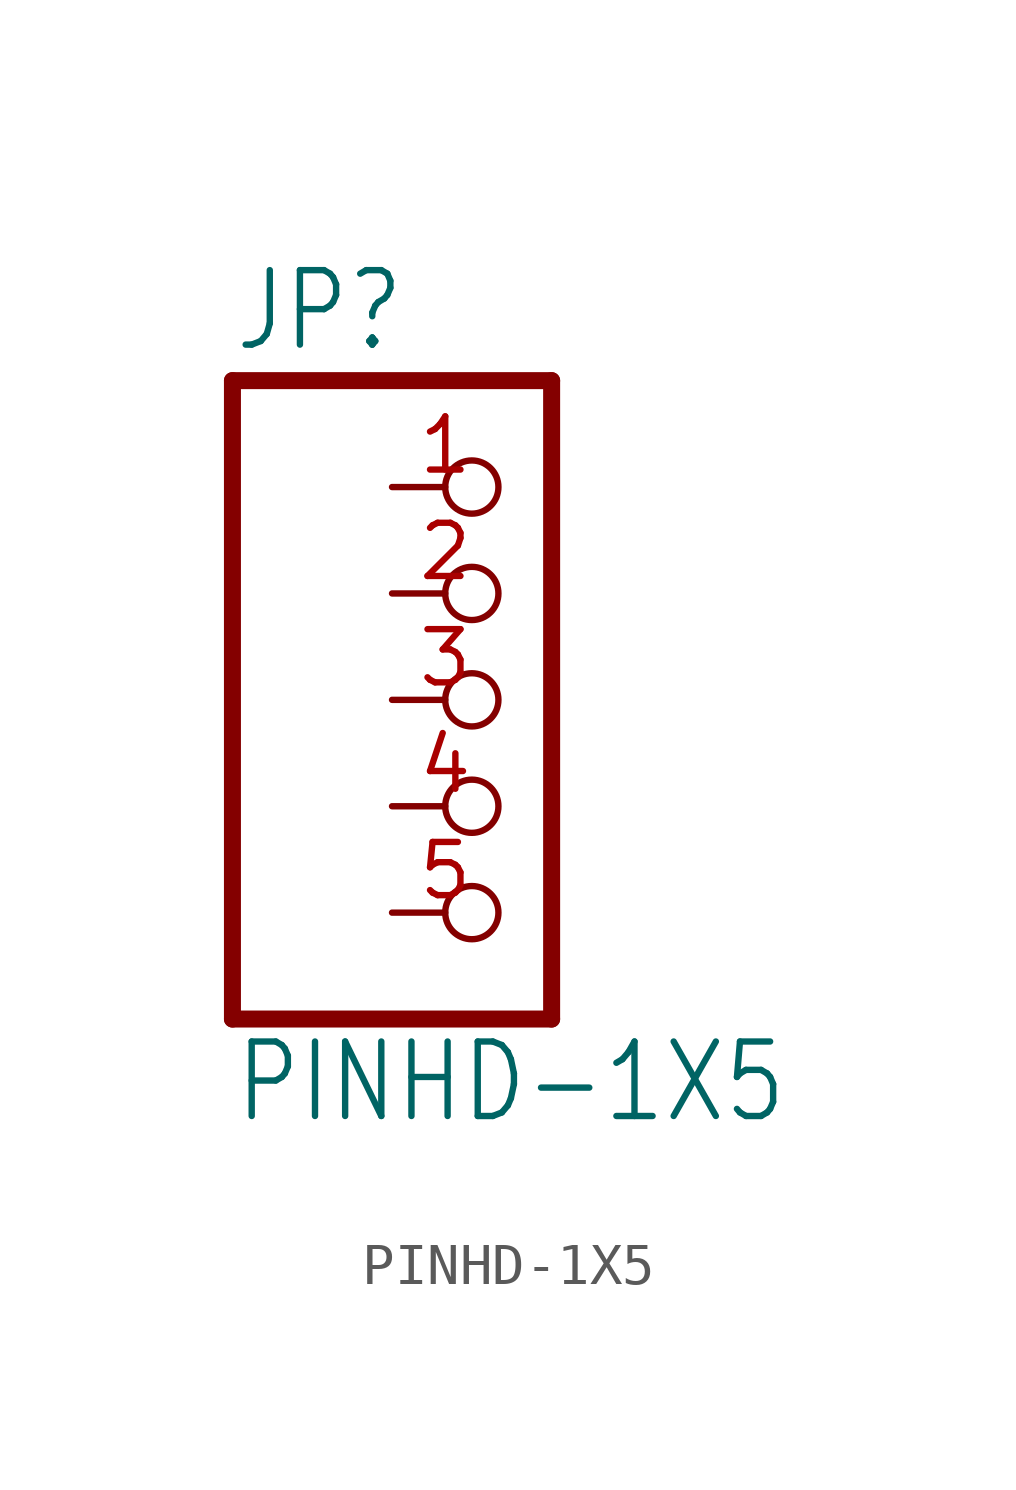
<source format=kicad_sym>
(kicad_symbol_lib
  (version 20200908)
  (generator kicad_symbol_editor)
  (symbol "Game_Controllers:PINHD-1X5"
    (property "Reference" "JP"
      (at -6.35 8.255 0)
      (effects (font (size 1.778 1.511)) (justify left bottom)))
    (property "Value" "PINHD-1X5"
      (at -6.35 -10.16 0)
      (effects (font (size 1.778 1.511)) (justify left bottom)))
    (property "ki_locked" ""
      (at 0 0 0)
      (effects (font (size 1.27 1.27))))
    (symbol "PINHD-1X5_1_0"
      (polyline (pts (xy -6.35 -7.62) (xy 1.27 -7.62)) (stroke (width 0.406)) (fill (type none)))
      (polyline (pts (xy 1.27 -7.62) (xy 1.27 7.62)) (stroke (width 0.406)) (fill (type none)))
      (polyline (pts (xy 1.27 7.62) (xy -6.35 7.62)) (stroke (width 0.406)) (fill (type none)))
      (polyline (pts (xy -6.35 7.62) (xy -6.35 -7.62)) (stroke (width 0.406)) (fill (type none)))
      (pin passive inverted (at -2.54 5.08 0) (length 2.54) (name "1" (effects (font (size 0 0)))) (number "1" (effects (font (size 1.27 1.27)))))
      (pin passive inverted (at -2.54 2.54 0) (length 2.54) (name "2" (effects (font (size 0 0)))) (number "2" (effects (font (size 1.27 1.27)))))
      (pin passive inverted (at -2.54 0 0) (length 2.54) (name "3" (effects (font (size 0 0)))) (number "3" (effects (font (size 1.27 1.27)))))
      (pin passive inverted (at -2.54 -2.54 0) (length 2.54) (name "4" (effects (font (size 0 0)))) (number "4" (effects (font (size 1.27 1.27)))))
      (pin passive inverted (at -2.54 -5.08 0) (length 2.54) (name "5" (effects (font (size 0 0)))) (number "5" (effects (font (size 1.27 1.27))))))))
</source>
